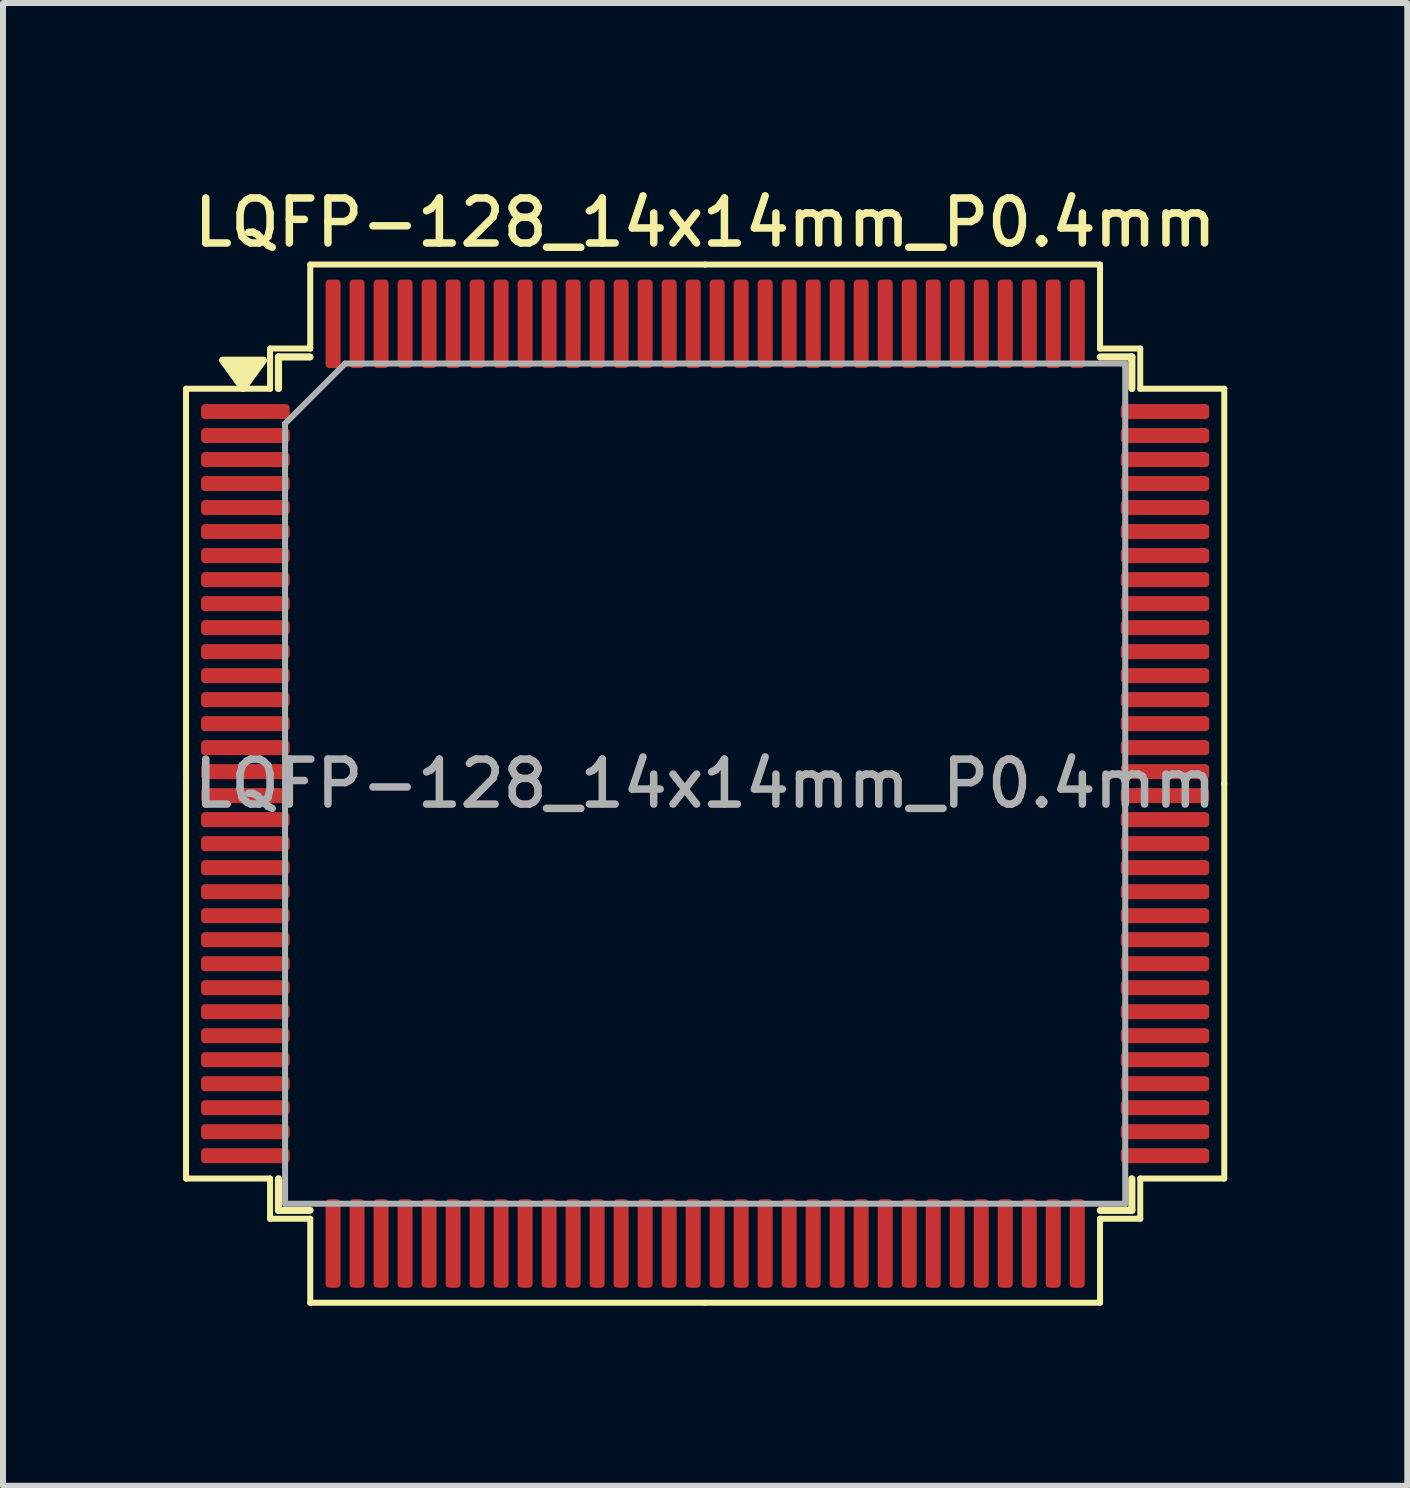
<source format=kicad_pcb>
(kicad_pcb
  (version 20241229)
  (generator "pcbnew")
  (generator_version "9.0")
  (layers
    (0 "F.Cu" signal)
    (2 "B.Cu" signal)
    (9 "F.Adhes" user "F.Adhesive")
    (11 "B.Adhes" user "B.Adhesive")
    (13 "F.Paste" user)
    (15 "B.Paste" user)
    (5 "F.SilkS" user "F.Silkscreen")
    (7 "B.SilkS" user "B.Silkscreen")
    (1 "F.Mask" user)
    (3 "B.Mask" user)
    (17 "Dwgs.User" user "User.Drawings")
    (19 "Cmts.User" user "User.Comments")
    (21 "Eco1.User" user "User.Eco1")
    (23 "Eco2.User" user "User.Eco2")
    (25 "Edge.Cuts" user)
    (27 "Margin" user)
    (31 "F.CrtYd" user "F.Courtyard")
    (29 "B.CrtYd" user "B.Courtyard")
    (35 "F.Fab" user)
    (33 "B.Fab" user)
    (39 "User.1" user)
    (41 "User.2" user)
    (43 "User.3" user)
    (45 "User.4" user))
  (footprint "LQFP-128_14x14mm_P0.4mm"
    (layer "F.Cu")
    (at 8.7 10.008)
    (property "Reference" "LQFP-128_14x14mm_P0.4mm" (at 0 -9.35 0) (layer "F.SilkS") (effects (font (size 0.75 0.75) (thickness 0.125))))
    (attr smd)
    (fp_line (start -8.65 -6.58) (end -8.65 0) (stroke (width 0.1) (type solid)) (layer "F.SilkS"))
    (fp_line (start -8.65 6.58) (end -8.65 0) (stroke (width 0.1) (type solid)) (layer "F.SilkS"))
    (fp_line (start -7.25 -7.25) (end -7.25 -6.58) (stroke (width 0.1) (type solid)) (layer "F.SilkS"))
    (fp_line (start -7.25 -6.58) (end -8.65 -6.58) (stroke (width 0.1) (type solid)) (layer "F.SilkS"))
    (fp_line (start -7.25 6.58) (end -8.65 6.58) (stroke (width 0.1) (type solid)) (layer "F.SilkS"))
    (fp_line (start -7.25 7.25) (end -7.25 6.58) (stroke (width 0.1) (type solid)) (layer "F.SilkS"))
    (fp_line (start -7.11 -7.11) (end -7.11 -6.585) (stroke (width 0.12) (type solid)) (layer "F.SilkS"))
    (fp_line (start -7.11 7.11) (end -7.11 6.585) (stroke (width 0.12) (type solid)) (layer "F.SilkS"))
    (fp_line (start -6.585 -7.11) (end -7.11 -7.11) (stroke (width 0.12) (type solid)) (layer "F.SilkS"))
    (fp_line (start -6.585 7.11) (end -7.11 7.11) (stroke (width 0.12) (type solid)) (layer "F.SilkS"))
    (fp_line (start -6.58 -8.65) (end -6.58 -7.25) (stroke (width 0.1) (type solid)) (layer "F.SilkS"))
    (fp_line (start -6.58 -7.25) (end -7.25 -7.25) (stroke (width 0.1) (type solid)) (layer "F.SilkS"))
    (fp_line (start -6.58 7.25) (end -7.25 7.25) (stroke (width 0.1) (type solid)) (layer "F.SilkS"))
    (fp_line (start -6.58 8.65) (end -6.58 7.25) (stroke (width 0.1) (type solid)) (layer "F.SilkS"))
    (fp_line (start 0 -8.65) (end -6.58 -8.65) (stroke (width 0.1) (type solid)) (layer "F.SilkS"))
    (fp_line (start 0 -8.65) (end 6.58 -8.65) (stroke (width 0.1) (type solid)) (layer "F.SilkS"))
    (fp_line (start 0 8.65) (end -6.58 8.65) (stroke (width 0.1) (type solid)) (layer "F.SilkS"))
    (fp_line (start 0 8.65) (end 6.58 8.65) (stroke (width 0.1) (type solid)) (layer "F.SilkS"))
    (fp_line (start 6.58 -8.65) (end 6.58 -7.25) (stroke (width 0.1) (type solid)) (layer "F.SilkS"))
    (fp_line (start 6.58 -7.25) (end 7.25 -7.25) (stroke (width 0.1) (type solid)) (layer "F.SilkS"))
    (fp_line (start 6.58 7.25) (end 7.25 7.25) (stroke (width 0.1) (type solid)) (layer "F.SilkS"))
    (fp_line (start 6.58 8.65) (end 6.58 7.25) (stroke (width 0.1) (type solid)) (layer "F.SilkS"))
    (fp_line (start 6.585 -7.11) (end 7.11 -7.11) (stroke (width 0.12) (type solid)) (layer "F.SilkS"))
    (fp_line (start 6.585 7.11) (end 7.11 7.11) (stroke (width 0.12) (type solid)) (layer "F.SilkS"))
    (fp_line (start 7.11 -7.11) (end 7.11 -6.585) (stroke (width 0.12) (type solid)) (layer "F.SilkS"))
    (fp_line (start 7.11 7.11) (end 7.11 6.585) (stroke (width 0.12) (type solid)) (layer "F.SilkS"))
    (fp_line (start 7.25 -7.25) (end 7.25 -6.58) (stroke (width 0.1) (type solid)) (layer "F.SilkS"))
    (fp_line (start 7.25 -6.58) (end 8.65 -6.58) (stroke (width 0.1) (type solid)) (layer "F.SilkS"))
    (fp_line (start 7.25 6.58) (end 8.65 6.58) (stroke (width 0.1) (type solid)) (layer "F.SilkS"))
    (fp_line (start 7.25 7.25) (end 7.25 6.58) (stroke (width 0.1) (type solid)) (layer "F.SilkS"))
    (fp_line (start 8.65 -6.58) (end 8.65 0) (stroke (width 0.1) (type solid)) (layer "F.SilkS"))
    (fp_line (start 8.65 6.58) (end 8.65 0) (stroke (width 0.1) (type solid)) (layer "F.SilkS"))
    (fp_poly (pts (xy -7.7 -6.585) (xy -8.04 -7.055) (xy -7.36 -7.055) (xy -7.7 -6.585)) (stroke (width 0.12) (type solid)) (fill yes) (layer "F.SilkS"))
    (fp_line (start -7 -6) (end -6 -7) (stroke (width 0.1) (type solid)) (layer "F.Fab"))
    (fp_line (start -7 7) (end -7 -6) (stroke (width 0.1) (type solid)) (layer "F.Fab"))
    (fp_line (start -6 -7) (end 7 -7) (stroke (width 0.1) (type solid)) (layer "F.Fab"))
    (fp_line (start 7 -7) (end 7 7) (stroke (width 0.1) (type solid)) (layer "F.Fab"))
    (fp_line (start 7 7) (end -7 7) (stroke (width 0.1) (type solid)) (layer "F.Fab"))
    (fp_text user "${REFERENCE}" (at 0 0 0) (layer "F.Fab") (effects (font (size 0.75 0.75) (thickness 0.125))))
    (pad "1" smd roundrect (at -7.662 -6.2) (size 1.475 0.25) (layers "F.Cu" "F.Mask" "F.Paste") (roundrect_rratio 0.25))
    (pad "2" smd roundrect (at -7.662 -5.8) (size 1.475 0.25) (layers "F.Cu" "F.Mask" "F.Paste") (roundrect_rratio 0.25))
    (pad "3" smd roundrect (at -7.662 -5.4) (size 1.475 0.25) (layers "F.Cu" "F.Mask" "F.Paste") (roundrect_rratio 0.25))
    (pad "4" smd roundrect (at -7.662 -5) (size 1.475 0.25) (layers "F.Cu" "F.Mask" "F.Paste") (roundrect_rratio 0.25))
    (pad "5" smd roundrect (at -7.662 -4.6) (size 1.475 0.25) (layers "F.Cu" "F.Mask" "F.Paste") (roundrect_rratio 0.25))
    (pad "6" smd roundrect (at -7.662 -4.2) (size 1.475 0.25) (layers "F.Cu" "F.Mask" "F.Paste") (roundrect_rratio 0.25))
    (pad "7" smd roundrect (at -7.662 -3.8) (size 1.475 0.25) (layers "F.Cu" "F.Mask" "F.Paste") (roundrect_rratio 0.25))
    (pad "8" smd roundrect (at -7.662 -3.4) (size 1.475 0.25) (layers "F.Cu" "F.Mask" "F.Paste") (roundrect_rratio 0.25))
    (pad "9" smd roundrect (at -7.662 -3) (size 1.475 0.25) (layers "F.Cu" "F.Mask" "F.Paste") (roundrect_rratio 0.25))
    (pad "10" smd roundrect (at -7.662 -2.6) (size 1.475 0.25) (layers "F.Cu" "F.Mask" "F.Paste") (roundrect_rratio 0.25))
    (pad "11" smd roundrect (at -7.662 -2.2) (size 1.475 0.25) (layers "F.Cu" "F.Mask" "F.Paste") (roundrect_rratio 0.25))
    (pad "12" smd roundrect (at -7.662 -1.8) (size 1.475 0.25) (layers "F.Cu" "F.Mask" "F.Paste") (roundrect_rratio 0.25))
    (pad "13" smd roundrect (at -7.662 -1.4) (size 1.475 0.25) (layers "F.Cu" "F.Mask" "F.Paste") (roundrect_rratio 0.25))
    (pad "14" smd roundrect (at -7.662 -1) (size 1.475 0.25) (layers "F.Cu" "F.Mask" "F.Paste") (roundrect_rratio 0.25))
    (pad "15" smd roundrect (at -7.662 -0.6) (size 1.475 0.25) (layers "F.Cu" "F.Mask" "F.Paste") (roundrect_rratio 0.25))
    (pad "16" smd roundrect (at -7.662 -0.2) (size 1.475 0.25) (layers "F.Cu" "F.Mask" "F.Paste") (roundrect_rratio 0.25))
    (pad "17" smd roundrect (at -7.662 0.2) (size 1.475 0.25) (layers "F.Cu" "F.Mask" "F.Paste") (roundrect_rratio 0.25))
    (pad "18" smd roundrect (at -7.662 0.6) (size 1.475 0.25) (layers "F.Cu" "F.Mask" "F.Paste") (roundrect_rratio 0.25))
    (pad "19" smd roundrect (at -7.662 1) (size 1.475 0.25) (layers "F.Cu" "F.Mask" "F.Paste") (roundrect_rratio 0.25))
    (pad "20" smd roundrect (at -7.662 1.4) (size 1.475 0.25) (layers "F.Cu" "F.Mask" "F.Paste") (roundrect_rratio 0.25))
    (pad "21" smd roundrect (at -7.662 1.8) (size 1.475 0.25) (layers "F.Cu" "F.Mask" "F.Paste") (roundrect_rratio 0.25))
    (pad "22" smd roundrect (at -7.662 2.2) (size 1.475 0.25) (layers "F.Cu" "F.Mask" "F.Paste") (roundrect_rratio 0.25))
    (pad "23" smd roundrect (at -7.662 2.6) (size 1.475 0.25) (layers "F.Cu" "F.Mask" "F.Paste") (roundrect_rratio 0.25))
    (pad "24" smd roundrect (at -7.662 3) (size 1.475 0.25) (layers "F.Cu" "F.Mask" "F.Paste") (roundrect_rratio 0.25))
    (pad "25" smd roundrect (at -7.662 3.4) (size 1.475 0.25) (layers "F.Cu" "F.Mask" "F.Paste") (roundrect_rratio 0.25))
    (pad "26" smd roundrect (at -7.662 3.8) (size 1.475 0.25) (layers "F.Cu" "F.Mask" "F.Paste") (roundrect_rratio 0.25))
    (pad "27" smd roundrect (at -7.662 4.2) (size 1.475 0.25) (layers "F.Cu" "F.Mask" "F.Paste") (roundrect_rratio 0.25))
    (pad "28" smd roundrect (at -7.662 4.6) (size 1.475 0.25) (layers "F.Cu" "F.Mask" "F.Paste") (roundrect_rratio 0.25))
    (pad "29" smd roundrect (at -7.662 5) (size 1.475 0.25) (layers "F.Cu" "F.Mask" "F.Paste") (roundrect_rratio 0.25))
    (pad "30" smd roundrect (at -7.662 5.4) (size 1.475 0.25) (layers "F.Cu" "F.Mask" "F.Paste") (roundrect_rratio 0.25))
    (pad "31" smd roundrect (at -7.662 5.8) (size 1.475 0.25) (layers "F.Cu" "F.Mask" "F.Paste") (roundrect_rratio 0.25))
    (pad "32" smd roundrect (at -7.662 6.2) (size 1.475 0.25) (layers "F.Cu" "F.Mask" "F.Paste") (roundrect_rratio 0.25))
    (pad "33" smd roundrect (at -6.2 7.662) (size 0.25 1.475) (layers "F.Cu" "F.Mask" "F.Paste") (roundrect_rratio 0.25))
    (pad "34" smd roundrect (at -5.8 7.662) (size 0.25 1.475) (layers "F.Cu" "F.Mask" "F.Paste") (roundrect_rratio 0.25))
    (pad "35" smd roundrect (at -5.4 7.662) (size 0.25 1.475) (layers "F.Cu" "F.Mask" "F.Paste") (roundrect_rratio 0.25))
    (pad "36" smd roundrect (at -5 7.662) (size 0.25 1.475) (layers "F.Cu" "F.Mask" "F.Paste") (roundrect_rratio 0.25))
    (pad "37" smd roundrect (at -4.6 7.662) (size 0.25 1.475) (layers "F.Cu" "F.Mask" "F.Paste") (roundrect_rratio 0.25))
    (pad "38" smd roundrect (at -4.2 7.662) (size 0.25 1.475) (layers "F.Cu" "F.Mask" "F.Paste") (roundrect_rratio 0.25))
    (pad "39" smd roundrect (at -3.8 7.662) (size 0.25 1.475) (layers "F.Cu" "F.Mask" "F.Paste") (roundrect_rratio 0.25))
    (pad "40" smd roundrect (at -3.4 7.662) (size 0.25 1.475) (layers "F.Cu" "F.Mask" "F.Paste") (roundrect_rratio 0.25))
    (pad "41" smd roundrect (at -3 7.662) (size 0.25 1.475) (layers "F.Cu" "F.Mask" "F.Paste") (roundrect_rratio 0.25))
    (pad "42" smd roundrect (at -2.6 7.662) (size 0.25 1.475) (layers "F.Cu" "F.Mask" "F.Paste") (roundrect_rratio 0.25))
    (pad "43" smd roundrect (at -2.2 7.662) (size 0.25 1.475) (layers "F.Cu" "F.Mask" "F.Paste") (roundrect_rratio 0.25))
    (pad "44" smd roundrect (at -1.8 7.662) (size 0.25 1.475) (layers "F.Cu" "F.Mask" "F.Paste") (roundrect_rratio 0.25))
    (pad "45" smd roundrect (at -1.4 7.662) (size 0.25 1.475) (layers "F.Cu" "F.Mask" "F.Paste") (roundrect_rratio 0.25))
    (pad "46" smd roundrect (at -1 7.662) (size 0.25 1.475) (layers "F.Cu" "F.Mask" "F.Paste") (roundrect_rratio 0.25))
    (pad "47" smd roundrect (at -0.6 7.662) (size 0.25 1.475) (layers "F.Cu" "F.Mask" "F.Paste") (roundrect_rratio 0.25))
    (pad "48" smd roundrect (at -0.2 7.662) (size 0.25 1.475) (layers "F.Cu" "F.Mask" "F.Paste") (roundrect_rratio 0.25))
    (pad "49" smd roundrect (at 0.2 7.662) (size 0.25 1.475) (layers "F.Cu" "F.Mask" "F.Paste") (roundrect_rratio 0.25))
    (pad "50" smd roundrect (at 0.6 7.662) (size 0.25 1.475) (layers "F.Cu" "F.Mask" "F.Paste") (roundrect_rratio 0.25))
    (pad "51" smd roundrect (at 1 7.662) (size 0.25 1.475) (layers "F.Cu" "F.Mask" "F.Paste") (roundrect_rratio 0.25))
    (pad "52" smd roundrect (at 1.4 7.662) (size 0.25 1.475) (layers "F.Cu" "F.Mask" "F.Paste") (roundrect_rratio 0.25))
    (pad "53" smd roundrect (at 1.8 7.662) (size 0.25 1.475) (layers "F.Cu" "F.Mask" "F.Paste") (roundrect_rratio 0.25))
    (pad "54" smd roundrect (at 2.2 7.662) (size 0.25 1.475) (layers "F.Cu" "F.Mask" "F.Paste") (roundrect_rratio 0.25))
    (pad "55" smd roundrect (at 2.6 7.662) (size 0.25 1.475) (layers "F.Cu" "F.Mask" "F.Paste") (roundrect_rratio 0.25))
    (pad "56" smd roundrect (at 3 7.662) (size 0.25 1.475) (layers "F.Cu" "F.Mask" "F.Paste") (roundrect_rratio 0.25))
    (pad "57" smd roundrect (at 3.4 7.662) (size 0.25 1.475) (layers "F.Cu" "F.Mask" "F.Paste") (roundrect_rratio 0.25))
    (pad "58" smd roundrect (at 3.8 7.662) (size 0.25 1.475) (layers "F.Cu" "F.Mask" "F.Paste") (roundrect_rratio 0.25))
    (pad "59" smd roundrect (at 4.2 7.662) (size 0.25 1.475) (layers "F.Cu" "F.Mask" "F.Paste") (roundrect_rratio 0.25))
    (pad "60" smd roundrect (at 4.6 7.662) (size 0.25 1.475) (layers "F.Cu" "F.Mask" "F.Paste") (roundrect_rratio 0.25))
    (pad "61" smd roundrect (at 5 7.662) (size 0.25 1.475) (layers "F.Cu" "F.Mask" "F.Paste") (roundrect_rratio 0.25))
    (pad "62" smd roundrect (at 5.4 7.662) (size 0.25 1.475) (layers "F.Cu" "F.Mask" "F.Paste") (roundrect_rratio 0.25))
    (pad "63" smd roundrect (at 5.8 7.662) (size 0.25 1.475) (layers "F.Cu" "F.Mask" "F.Paste") (roundrect_rratio 0.25))
    (pad "64" smd roundrect (at 6.2 7.662) (size 0.25 1.475) (layers "F.Cu" "F.Mask" "F.Paste") (roundrect_rratio 0.25))
    (pad "65" smd roundrect (at 7.662 6.2) (size 1.475 0.25) (layers "F.Cu" "F.Mask" "F.Paste") (roundrect_rratio 0.25))
    (pad "66" smd roundrect (at 7.662 5.8) (size 1.475 0.25) (layers "F.Cu" "F.Mask" "F.Paste") (roundrect_rratio 0.25))
    (pad "67" smd roundrect (at 7.662 5.4) (size 1.475 0.25) (layers "F.Cu" "F.Mask" "F.Paste") (roundrect_rratio 0.25))
    (pad "68" smd roundrect (at 7.662 5) (size 1.475 0.25) (layers "F.Cu" "F.Mask" "F.Paste") (roundrect_rratio 0.25))
    (pad "69" smd roundrect (at 7.662 4.6) (size 1.475 0.25) (layers "F.Cu" "F.Mask" "F.Paste") (roundrect_rratio 0.25))
    (pad "70" smd roundrect (at 7.662 4.2) (size 1.475 0.25) (layers "F.Cu" "F.Mask" "F.Paste") (roundrect_rratio 0.25))
    (pad "71" smd roundrect (at 7.662 3.8) (size 1.475 0.25) (layers "F.Cu" "F.Mask" "F.Paste") (roundrect_rratio 0.25))
    (pad "72" smd roundrect (at 7.662 3.4) (size 1.475 0.25) (layers "F.Cu" "F.Mask" "F.Paste") (roundrect_rratio 0.25))
    (pad "73" smd roundrect (at 7.662 3) (size 1.475 0.25) (layers "F.Cu" "F.Mask" "F.Paste") (roundrect_rratio 0.25))
    (pad "74" smd roundrect (at 7.662 2.6) (size 1.475 0.25) (layers "F.Cu" "F.Mask" "F.Paste") (roundrect_rratio 0.25))
    (pad "75" smd roundrect (at 7.662 2.2) (size 1.475 0.25) (layers "F.Cu" "F.Mask" "F.Paste") (roundrect_rratio 0.25))
    (pad "76" smd roundrect (at 7.662 1.8) (size 1.475 0.25) (layers "F.Cu" "F.Mask" "F.Paste") (roundrect_rratio 0.25))
    (pad "77" smd roundrect (at 7.662 1.4) (size 1.475 0.25) (layers "F.Cu" "F.Mask" "F.Paste") (roundrect_rratio 0.25))
    (pad "78" smd roundrect (at 7.662 1) (size 1.475 0.25) (layers "F.Cu" "F.Mask" "F.Paste") (roundrect_rratio 0.25))
    (pad "79" smd roundrect (at 7.662 0.6) (size 1.475 0.25) (layers "F.Cu" "F.Mask" "F.Paste") (roundrect_rratio 0.25))
    (pad "80" smd roundrect (at 7.662 0.2) (size 1.475 0.25) (layers "F.Cu" "F.Mask" "F.Paste") (roundrect_rratio 0.25))
    (pad "81" smd roundrect (at 7.662 -0.2) (size 1.475 0.25) (layers "F.Cu" "F.Mask" "F.Paste") (roundrect_rratio 0.25))
    (pad "82" smd roundrect (at 7.662 -0.6) (size 1.475 0.25) (layers "F.Cu" "F.Mask" "F.Paste") (roundrect_rratio 0.25))
    (pad "83" smd roundrect (at 7.662 -1) (size 1.475 0.25) (layers "F.Cu" "F.Mask" "F.Paste") (roundrect_rratio 0.25))
    (pad "84" smd roundrect (at 7.662 -1.4) (size 1.475 0.25) (layers "F.Cu" "F.Mask" "F.Paste") (roundrect_rratio 0.25))
    (pad "85" smd roundrect (at 7.662 -1.8) (size 1.475 0.25) (layers "F.Cu" "F.Mask" "F.Paste") (roundrect_rratio 0.25))
    (pad "86" smd roundrect (at 7.662 -2.2) (size 1.475 0.25) (layers "F.Cu" "F.Mask" "F.Paste") (roundrect_rratio 0.25))
    (pad "87" smd roundrect (at 7.662 -2.6) (size 1.475 0.25) (layers "F.Cu" "F.Mask" "F.Paste") (roundrect_rratio 0.25))
    (pad "88" smd roundrect (at 7.662 -3) (size 1.475 0.25) (layers "F.Cu" "F.Mask" "F.Paste") (roundrect_rratio 0.25))
    (pad "89" smd roundrect (at 7.662 -3.4) (size 1.475 0.25) (layers "F.Cu" "F.Mask" "F.Paste") (roundrect_rratio 0.25))
    (pad "90" smd roundrect (at 7.662 -3.8) (size 1.475 0.25) (layers "F.Cu" "F.Mask" "F.Paste") (roundrect_rratio 0.25))
    (pad "91" smd roundrect (at 7.662 -4.2) (size 1.475 0.25) (layers "F.Cu" "F.Mask" "F.Paste") (roundrect_rratio 0.25))
    (pad "92" smd roundrect (at 7.662 -4.6) (size 1.475 0.25) (layers "F.Cu" "F.Mask" "F.Paste") (roundrect_rratio 0.25))
    (pad "93" smd roundrect (at 7.662 -5) (size 1.475 0.25) (layers "F.Cu" "F.Mask" "F.Paste") (roundrect_rratio 0.25))
    (pad "94" smd roundrect (at 7.662 -5.4) (size 1.475 0.25) (layers "F.Cu" "F.Mask" "F.Paste") (roundrect_rratio 0.25))
    (pad "95" smd roundrect (at 7.662 -5.8) (size 1.475 0.25) (layers "F.Cu" "F.Mask" "F.Paste") (roundrect_rratio 0.25))
    (pad "96" smd roundrect (at 7.662 -6.2) (size 1.475 0.25) (layers "F.Cu" "F.Mask" "F.Paste") (roundrect_rratio 0.25))
    (pad "97" smd roundrect (at 6.2 -7.662) (size 0.25 1.475) (layers "F.Cu" "F.Mask" "F.Paste") (roundrect_rratio 0.25))
    (pad "98" smd roundrect (at 5.8 -7.662) (size 0.25 1.475) (layers "F.Cu" "F.Mask" "F.Paste") (roundrect_rratio 0.25))
    (pad "99" smd roundrect (at 5.4 -7.662) (size 0.25 1.475) (layers "F.Cu" "F.Mask" "F.Paste") (roundrect_rratio 0.25))
    (pad "100" smd roundrect (at 5 -7.662) (size 0.25 1.475) (layers "F.Cu" "F.Mask" "F.Paste") (roundrect_rratio 0.25))
    (pad "101" smd roundrect (at 4.6 -7.662) (size 0.25 1.475) (layers "F.Cu" "F.Mask" "F.Paste") (roundrect_rratio 0.25))
    (pad "102" smd roundrect (at 4.2 -7.662) (size 0.25 1.475) (layers "F.Cu" "F.Mask" "F.Paste") (roundrect_rratio 0.25))
    (pad "103" smd roundrect (at 3.8 -7.662) (size 0.25 1.475) (layers "F.Cu" "F.Mask" "F.Paste") (roundrect_rratio 0.25))
    (pad "104" smd roundrect (at 3.4 -7.662) (size 0.25 1.475) (layers "F.Cu" "F.Mask" "F.Paste") (roundrect_rratio 0.25))
    (pad "105" smd roundrect (at 3 -7.662) (size 0.25 1.475) (layers "F.Cu" "F.Mask" "F.Paste") (roundrect_rratio 0.25))
    (pad "106" smd roundrect (at 2.6 -7.662) (size 0.25 1.475) (layers "F.Cu" "F.Mask" "F.Paste") (roundrect_rratio 0.25))
    (pad "107" smd roundrect (at 2.2 -7.662) (size 0.25 1.475) (layers "F.Cu" "F.Mask" "F.Paste") (roundrect_rratio 0.25))
    (pad "108" smd roundrect (at 1.8 -7.662) (size 0.25 1.475) (layers "F.Cu" "F.Mask" "F.Paste") (roundrect_rratio 0.25))
    (pad "109" smd roundrect (at 1.4 -7.662) (size 0.25 1.475) (layers "F.Cu" "F.Mask" "F.Paste") (roundrect_rratio 0.25))
    (pad "110" smd roundrect (at 1 -7.662) (size 0.25 1.475) (layers "F.Cu" "F.Mask" "F.Paste") (roundrect_rratio 0.25))
    (pad "111" smd roundrect (at 0.6 -7.662) (size 0.25 1.475) (layers "F.Cu" "F.Mask" "F.Paste") (roundrect_rratio 0.25))
    (pad "112" smd roundrect (at 0.2 -7.662) (size 0.25 1.475) (layers "F.Cu" "F.Mask" "F.Paste") (roundrect_rratio 0.25))
    (pad "113" smd roundrect (at -0.2 -7.662) (size 0.25 1.475) (layers "F.Cu" "F.Mask" "F.Paste") (roundrect_rratio 0.25))
    (pad "114" smd roundrect (at -0.6 -7.662) (size 0.25 1.475) (layers "F.Cu" "F.Mask" "F.Paste") (roundrect_rratio 0.25))
    (pad "115" smd roundrect (at -1 -7.662) (size 0.25 1.475) (layers "F.Cu" "F.Mask" "F.Paste") (roundrect_rratio 0.25))
    (pad "116" smd roundrect (at -1.4 -7.662) (size 0.25 1.475) (layers "F.Cu" "F.Mask" "F.Paste") (roundrect_rratio 0.25))
    (pad "117" smd roundrect (at -1.8 -7.662) (size 0.25 1.475) (layers "F.Cu" "F.Mask" "F.Paste") (roundrect_rratio 0.25))
    (pad "118" smd roundrect (at -2.2 -7.662) (size 0.25 1.475) (layers "F.Cu" "F.Mask" "F.Paste") (roundrect_rratio 0.25))
    (pad "119" smd roundrect (at -2.6 -7.662) (size 0.25 1.475) (layers "F.Cu" "F.Mask" "F.Paste") (roundrect_rratio 0.25))
    (pad "120" smd roundrect (at -3 -7.662) (size 0.25 1.475) (layers "F.Cu" "F.Mask" "F.Paste") (roundrect_rratio 0.25))
    (pad "121" smd roundrect (at -3.4 -7.662) (size 0.25 1.475) (layers "F.Cu" "F.Mask" "F.Paste") (roundrect_rratio 0.25))
    (pad "122" smd roundrect (at -3.8 -7.662) (size 0.25 1.475) (layers "F.Cu" "F.Mask" "F.Paste") (roundrect_rratio 0.25))
    (pad "123" smd roundrect (at -4.2 -7.662) (size 0.25 1.475) (layers "F.Cu" "F.Mask" "F.Paste") (roundrect_rratio 0.25))
    (pad "124" smd roundrect (at -4.6 -7.662) (size 0.25 1.475) (layers "F.Cu" "F.Mask" "F.Paste") (roundrect_rratio 0.25))
    (pad "125" smd roundrect (at -5 -7.662) (size 0.25 1.475) (layers "F.Cu" "F.Mask" "F.Paste") (roundrect_rratio 0.25))
    (pad "126" smd roundrect (at -5.4 -7.662) (size 0.25 1.475) (layers "F.Cu" "F.Mask" "F.Paste") (roundrect_rratio 0.25))
    (pad "127" smd roundrect (at -5.8 -7.662) (size 0.25 1.475) (layers "F.Cu" "F.Mask" "F.Paste") (roundrect_rratio 0.25))
    (pad "128" smd roundrect (at -6.2 -7.662) (size 0.25 1.475) (layers "F.Cu" "F.Mask" "F.Paste") (roundrect_rratio 0.25)))
  (gr_rect
    (start -3 -3)
    (end 20.4 21.708)
    (stroke (width 0.1) (type default))
    (fill no)
    (layer "Edge.Cuts")))
</source>
